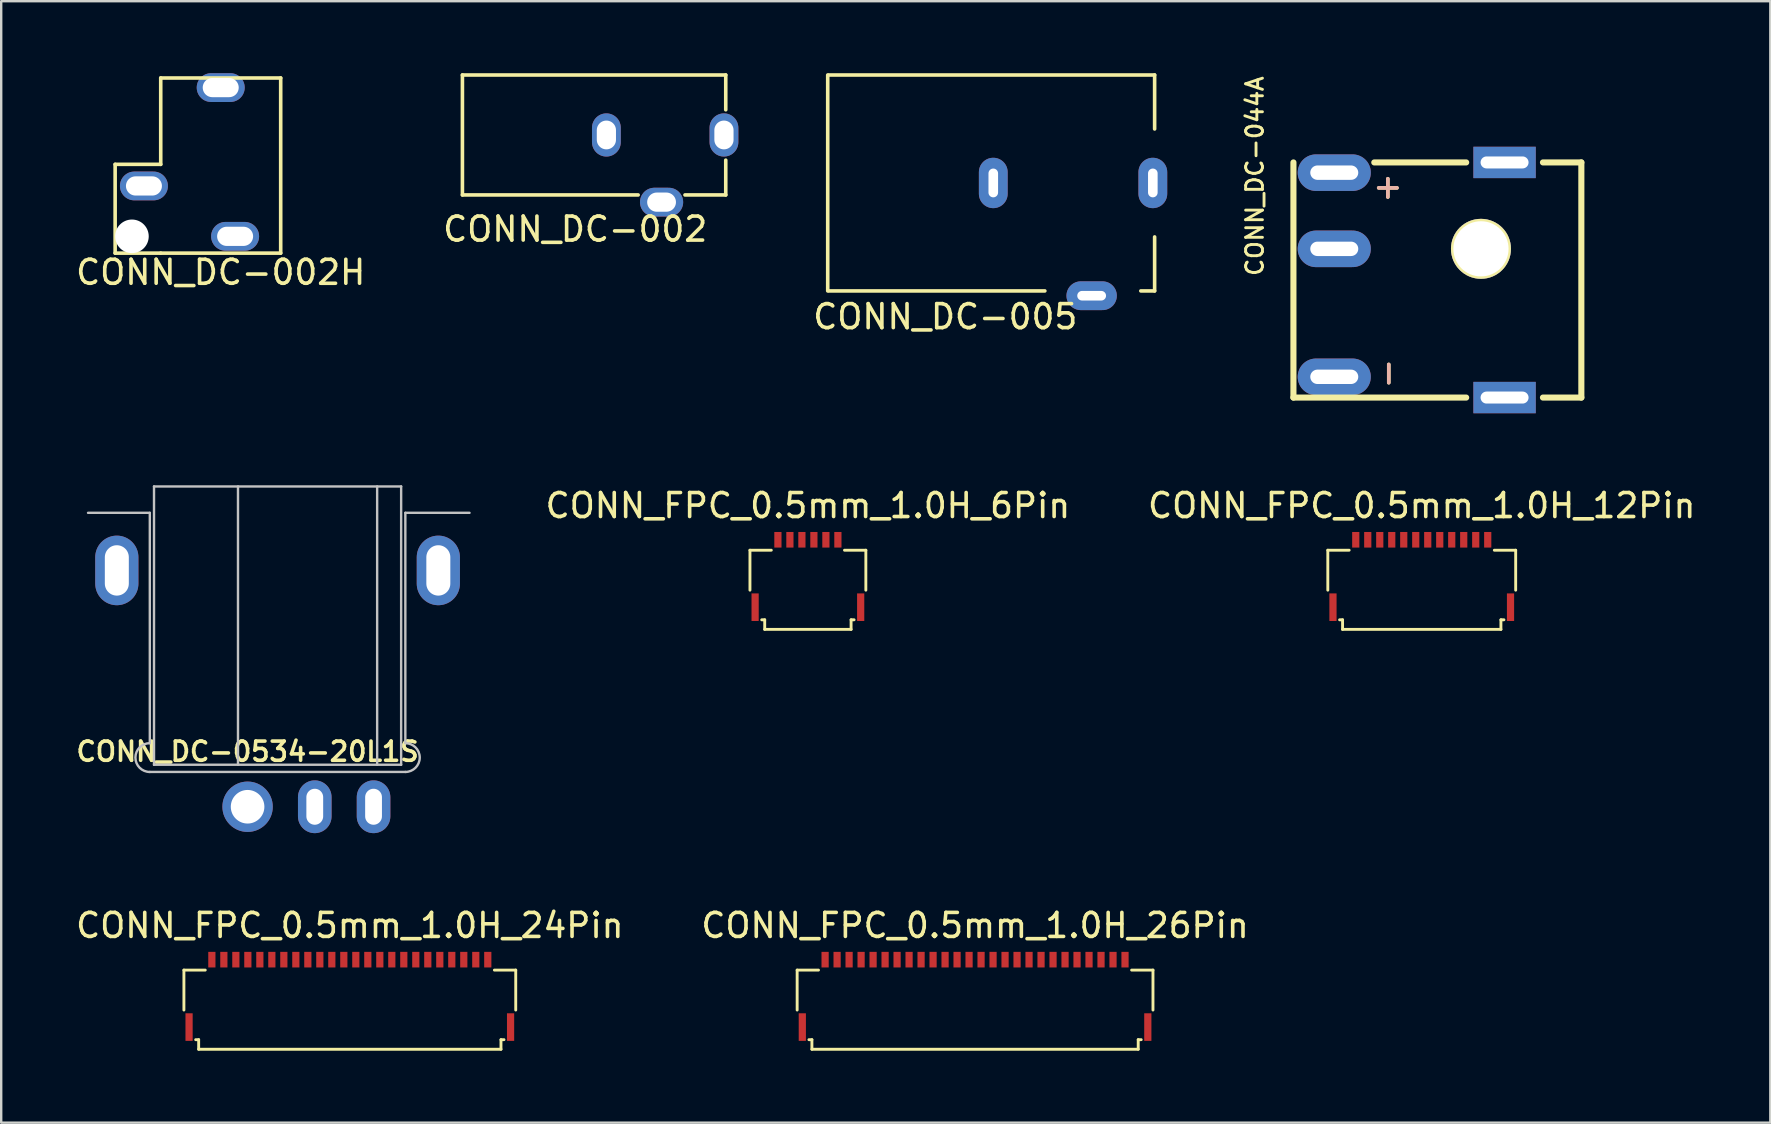
<source format=kicad_pcb>
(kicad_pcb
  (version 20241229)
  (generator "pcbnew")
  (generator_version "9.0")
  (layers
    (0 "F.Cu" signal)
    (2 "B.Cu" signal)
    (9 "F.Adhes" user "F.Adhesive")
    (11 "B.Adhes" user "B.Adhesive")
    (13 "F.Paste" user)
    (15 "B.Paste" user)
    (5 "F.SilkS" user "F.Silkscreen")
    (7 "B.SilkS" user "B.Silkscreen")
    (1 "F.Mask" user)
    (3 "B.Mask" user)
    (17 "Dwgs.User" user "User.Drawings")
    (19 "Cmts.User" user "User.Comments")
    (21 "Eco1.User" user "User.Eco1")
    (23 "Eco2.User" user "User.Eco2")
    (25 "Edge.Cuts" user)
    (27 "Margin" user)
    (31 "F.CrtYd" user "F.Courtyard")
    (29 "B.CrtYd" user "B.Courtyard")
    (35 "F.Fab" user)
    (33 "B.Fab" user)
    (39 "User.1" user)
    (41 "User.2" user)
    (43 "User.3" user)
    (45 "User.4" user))
  (footprint "CONN_FPC_0.5mm_1.0H_24Pin"
    (layer "F.Cu")
    (at 11.53 36.947)
    (property "Reference" "CONN_FPC_0.5mm_1.0H_24Pin" (at 0 -1.425 0) (layer "F.SilkS") (effects (font (size 1 1) (thickness 0.15))))
    (attr smd)
    (fp_line (start -6.915 0.435) (end -6.915 2.1) (stroke (width 0.12) (type solid)) (layer "F.SilkS"))
    (fp_line (start -6.915 0.435) (end -6.025 0.435) (stroke (width 0.12) (type solid)) (layer "F.SilkS"))
    (fp_line (start -6.425 3.335) (end -6.3 3.335) (stroke (width 0.12) (type solid)) (layer "F.SilkS"))
    (fp_line (start -6.3 3.735) (end -6.3 3.335) (stroke (width 0.12) (type solid)) (layer "F.SilkS"))
    (fp_line (start -6.3 3.735) (end 6.3 3.735) (stroke (width 0.12) (type solid)) (layer "F.SilkS"))
    (fp_line (start 6.025 0.435) (end 6.915 0.435) (stroke (width 0.12) (type solid)) (layer "F.SilkS"))
    (fp_line (start 6.3 3.335) (end 6.425 3.335) (stroke (width 0.12) (type solid)) (layer "F.SilkS"))
    (fp_line (start 6.3 3.735) (end 6.3 3.335) (stroke (width 0.12) (type solid)) (layer "F.SilkS"))
    (fp_line (start 6.915 0.435) (end 6.915 2.1) (stroke (width 0.12) (type solid)) (layer "F.SilkS"))
    (pad "1" smd rect (at -5.75 0) (size 0.3 0.65) (layers "F.Cu" "F.Mask" "F.Paste"))
    (pad "2" smd rect (at -5.25 0) (size 0.3 0.65) (layers "F.Cu" "F.Mask" "F.Paste"))
    (pad "3" smd rect (at -4.75 0) (size 0.3 0.65) (layers "F.Cu" "F.Mask" "F.Paste"))
    (pad "4" smd rect (at -4.25 0) (size 0.3 0.65) (layers "F.Cu" "F.Mask" "F.Paste"))
    (pad "5" smd rect (at -3.75 0) (size 0.3 0.65) (layers "F.Cu" "F.Mask" "F.Paste"))
    (pad "6" smd rect (at -3.25 0) (size 0.3 0.65) (layers "F.Cu" "F.Mask" "F.Paste"))
    (pad "7" smd rect (at -2.75 0) (size 0.3 0.65) (layers "F.Cu" "F.Mask" "F.Paste"))
    (pad "8" smd rect (at -2.25 0) (size 0.3 0.65) (layers "F.Cu" "F.Mask" "F.Paste"))
    (pad "9" smd rect (at -1.75 0) (size 0.3 0.65) (layers "F.Cu" "F.Mask" "F.Paste"))
    (pad "10" smd rect (at -1.25 0) (size 0.3 0.65) (layers "F.Cu" "F.Mask" "F.Paste"))
    (pad "11" smd rect (at -0.75 0) (size 0.3 0.65) (layers "F.Cu" "F.Mask" "F.Paste"))
    (pad "12" smd rect (at -0.25 0) (size 0.3 0.65) (layers "F.Cu" "F.Mask" "F.Paste"))
    (pad "13" smd rect (at 0.25 0) (size 0.3 0.65) (layers "F.Cu" "F.Mask" "F.Paste"))
    (pad "14" smd rect (at 0.75 0) (size 0.3 0.65) (layers "F.Cu" "F.Mask" "F.Paste"))
    (pad "15" smd rect (at 1.25 0) (size 0.3 0.65) (layers "F.Cu" "F.Mask" "F.Paste"))
    (pad "16" smd rect (at 1.75 0) (size 0.3 0.65) (layers "F.Cu" "F.Mask" "F.Paste"))
    (pad "17" smd rect (at 2.25 0) (size 0.3 0.65) (layers "F.Cu" "F.Mask" "F.Paste"))
    (pad "18" smd rect (at 2.75 0) (size 0.3 0.65) (layers "F.Cu" "F.Mask" "F.Paste"))
    (pad "19" smd rect (at 3.25 0) (size 0.3 0.65) (layers "F.Cu" "F.Mask" "F.Paste"))
    (pad "20" smd rect (at 3.75 0) (size 0.3 0.65) (layers "F.Cu" "F.Mask" "F.Paste"))
    (pad "21" smd rect (at 4.25 0) (size 0.3 0.65) (layers "F.Cu" "F.Mask" "F.Paste"))
    (pad "22" smd rect (at 4.75 0) (size 0.3 0.65) (layers "F.Cu" "F.Mask" "F.Paste"))
    (pad "23" smd rect (at 5.25 0) (size 0.3 0.65) (layers "F.Cu" "F.Mask" "F.Paste"))
    (pad "24" smd rect (at 5.75 0) (size 0.3 0.65) (layers "F.Cu" "F.Mask" "F.Paste"))
    (pad "MP" smd rect (at -6.7 2.81) (size 0.3 1.15) (layers "F.Cu" "F.Mask" "F.Paste"))
    (pad "MP" smd rect (at 6.7 2.81) (size 0.3 1.15) (layers "F.Cu" "F.Mask" "F.Paste")))
  (footprint "CONN_FPC_0.5mm_1.0H_26Pin"
    (layer "F.Cu")
    (at 37.589 36.947)
    (property "Reference" "CONN_FPC_0.5mm_1.0H_26Pin" (at 0 -1.425 0) (layer "F.SilkS") (effects (font (size 1 1) (thickness 0.15))))
    (attr smd)
    (fp_line (start -7.415 0.435) (end -7.415 2.1) (stroke (width 0.12) (type solid)) (layer "F.SilkS"))
    (fp_line (start -7.415 0.435) (end -6.525 0.435) (stroke (width 0.12) (type solid)) (layer "F.SilkS"))
    (fp_line (start -6.925 3.335) (end -6.8 3.335) (stroke (width 0.12) (type solid)) (layer "F.SilkS"))
    (fp_line (start -6.8 3.735) (end -6.8 3.335) (stroke (width 0.12) (type solid)) (layer "F.SilkS"))
    (fp_line (start -6.8 3.735) (end 6.8 3.735) (stroke (width 0.12) (type solid)) (layer "F.SilkS"))
    (fp_line (start 6.525 0.435) (end 7.415 0.435) (stroke (width 0.12) (type solid)) (layer "F.SilkS"))
    (fp_line (start 6.8 3.335) (end 6.925 3.335) (stroke (width 0.12) (type solid)) (layer "F.SilkS"))
    (fp_line (start 6.8 3.735) (end 6.8 3.335) (stroke (width 0.12) (type solid)) (layer "F.SilkS"))
    (fp_line (start 7.415 0.435) (end 7.415 2.1) (stroke (width 0.12) (type solid)) (layer "F.SilkS"))
    (pad "1" smd rect (at -6.25 0) (size 0.3 0.65) (layers "F.Cu" "F.Mask" "F.Paste"))
    (pad "2" smd rect (at -5.75 0) (size 0.3 0.65) (layers "F.Cu" "F.Mask" "F.Paste"))
    (pad "3" smd rect (at -5.25 0) (size 0.3 0.65) (layers "F.Cu" "F.Mask" "F.Paste"))
    (pad "4" smd rect (at -4.75 0) (size 0.3 0.65) (layers "F.Cu" "F.Mask" "F.Paste"))
    (pad "5" smd rect (at -4.25 0) (size 0.3 0.65) (layers "F.Cu" "F.Mask" "F.Paste"))
    (pad "6" smd rect (at -3.75 0) (size 0.3 0.65) (layers "F.Cu" "F.Mask" "F.Paste"))
    (pad "7" smd rect (at -3.25 0) (size 0.3 0.65) (layers "F.Cu" "F.Mask" "F.Paste"))
    (pad "8" smd rect (at -2.75 0) (size 0.3 0.65) (layers "F.Cu" "F.Mask" "F.Paste"))
    (pad "9" smd rect (at -2.25 0) (size 0.3 0.65) (layers "F.Cu" "F.Mask" "F.Paste"))
    (pad "10" smd rect (at -1.75 0) (size 0.3 0.65) (layers "F.Cu" "F.Mask" "F.Paste"))
    (pad "11" smd rect (at -1.25 0) (size 0.3 0.65) (layers "F.Cu" "F.Mask" "F.Paste"))
    (pad "12" smd rect (at -0.75 0) (size 0.3 0.65) (layers "F.Cu" "F.Mask" "F.Paste"))
    (pad "13" smd rect (at -0.25 0) (size 0.3 0.65) (layers "F.Cu" "F.Mask" "F.Paste"))
    (pad "14" smd rect (at 0.25 0) (size 0.3 0.65) (layers "F.Cu" "F.Mask" "F.Paste"))
    (pad "15" smd rect (at 0.75 0) (size 0.3 0.65) (layers "F.Cu" "F.Mask" "F.Paste"))
    (pad "16" smd rect (at 1.25 0) (size 0.3 0.65) (layers "F.Cu" "F.Mask" "F.Paste"))
    (pad "17" smd rect (at 1.75 0) (size 0.3 0.65) (layers "F.Cu" "F.Mask" "F.Paste"))
    (pad "18" smd rect (at 2.25 0) (size 0.3 0.65) (layers "F.Cu" "F.Mask" "F.Paste"))
    (pad "19" smd rect (at 2.75 0) (size 0.3 0.65) (layers "F.Cu" "F.Mask" "F.Paste"))
    (pad "20" smd rect (at 3.25 0) (size 0.3 0.65) (layers "F.Cu" "F.Mask" "F.Paste"))
    (pad "21" smd rect (at 3.75 0) (size 0.3 0.65) (layers "F.Cu" "F.Mask" "F.Paste"))
    (pad "22" smd rect (at 4.25 0) (size 0.3 0.65) (layers "F.Cu" "F.Mask" "F.Paste"))
    (pad "23" smd rect (at 4.75 0) (size 0.3 0.65) (layers "F.Cu" "F.Mask" "F.Paste"))
    (pad "24" smd rect (at 5.25 0) (size 0.3 0.65) (layers "F.Cu" "F.Mask" "F.Paste"))
    (pad "25" smd rect (at 5.75 0) (size 0.3 0.65) (layers "F.Cu" "F.Mask" "F.Paste"))
    (pad "26" smd rect (at 6.25 0) (size 0.3 0.65) (layers "F.Cu" "F.Mask" "F.Paste"))
    (pad "MP" smd rect (at -7.2 2.81) (size 0.3 1.15) (layers "F.Cu" "F.Mask" "F.Paste"))
    (pad "MP" smd rect (at 7.2 2.81) (size 0.3 1.15) (layers "F.Cu" "F.Mask" "F.Paste")))
  (footprint "CONN_DC-044A"
    (layer "F.Cu")
    (at 56.658 8.52)
    (property "Reference" "CONN_DC-044A" (at -7 0 270) (layer "F.SilkS") (effects (font (size 0.7 0.7) (thickness 0.12)) (justify left bottom)))
    (attr through_hole)
    (fp_line (start -5.8 5) (end -5.8 -4.8) (stroke (width 0.254) (type solid)) (layer "F.SilkS"))
    (fp_line (start -2.43 -4.8) (end 1.4 -4.8) (stroke (width 0.254) (type solid)) (layer "F.SilkS"))
    (fp_line (start 1.4 5) (end -5.8 5) (stroke (width 0.254) (type solid)) (layer "F.SilkS"))
    (fp_line (start 4.6 -4.8) (end 6.2 -4.8) (stroke (width 0.254) (type solid)) (layer "F.SilkS"))
    (fp_line (start 4.6 5) (end 6.2 5) (stroke (width 0.254) (type solid)) (layer "F.SilkS"))
    (fp_line (start 6.2 -4.8) (end 6.2 5) (stroke (width 0.254) (type solid)) (layer "F.SilkS"))
    (fp_text user "-" (at -1.9 4 90) (layer "F.SilkS") (effects (font (size 1 1) (thickness 0.15))))
    (fp_text user "+" (at -1.939 -3.739 90) (layer "F.SilkS") (effects (font (size 1 1) (thickness 0.15))))
    (fp_text user "+" (at -1.939 -3.739 90) (layer "B.SilkS") (effects (font (size 1 1) (thickness 0.15)) (justify mirror)))
    (fp_text user "-" (at -1.9 4 90) (layer "B.SilkS") (effects (font (size 1 1) (thickness 0.15)) (justify mirror)))
    (pad "" np_thru_hole circle (at 2.016 -1.199 90) (size 2.5 2.5) (drill 2.3) (layers "*.Cu" "*.Mask" "F.SilkS"))
    (pad "1" thru_hole oval (at -4.098 -4.374 180) (size 3.048 1.524) (drill oval 2 0.6) (layers "*.Cu" "*.Mask"))
    (pad "2" thru_hole oval (at -4.098 4.135 180) (size 3.048 1.524) (drill oval 2 0.6) (layers "*.Cu" "*.Mask"))
    (pad "3" thru_hole oval (at -4.098 -1.199 180) (size 3.048 1.524) (drill oval 2 0.6) (layers "*.Cu" "*.Mask"))
    (pad "4" thru_hole rect (at 3 -4.8 90) (size 1.308 2.6) (drill oval 0.5 2) (layers "*.Cu" "*.Mask"))
    (pad "4" thru_hole rect (at 3 5 90) (size 1.308 2.6) (drill oval 0.5 2) (layers "*.Cu" "*.Mask")))
  (footprint "CONN_DC-005"
    (layer "F.Cu")
    (at 44.998 4.575)
    (property "Reference" "CONN_DC-005" (at -8.65 5.575 0) (layer "F.SilkS") (effects (font (size 1 1) (thickness 0.15))))
    (attr through_hole)
    (fp_line (start -13.55 -4.5) (end -13.55 4.5) (stroke (width 0.15) (type solid)) (layer "F.SilkS"))
    (fp_line (start -13.5 -4.5) (end 0.075 -4.5) (stroke (width 0.15) (type solid)) (layer "F.SilkS"))
    (fp_line (start -13.5 4.5) (end -4.5 4.5) (stroke (width 0.15) (type solid)) (layer "F.SilkS"))
    (fp_line (start 0.075 -4.5) (end 0.075 -2.25) (stroke (width 0.15) (type solid)) (layer "F.SilkS"))
    (fp_line (start 0.075 4.5) (end -0.501 4.5) (stroke (width 0.15) (type solid)) (layer "F.SilkS"))
    (fp_line (start 0.075 4.5) (end 0.075 2.25) (stroke (width 0.15) (type solid)) (layer "F.SilkS"))
    (pad "1" thru_hole oval (at 0 0) (size 1.2 2.1) (drill oval 0.4 1.2) (layers "*.Cu" "*.Mask"))
    (pad "2" thru_hole oval (at -6.65 0) (size 1.2 2.1) (drill oval 0.4 1.2) (layers "*.Cu" "*.Mask"))
    (pad "3" thru_hole oval (at -2.55 4.7 90) (size 1.2 2.1) (drill oval 0.4 1.2) (layers "*.Cu" "*.Mask")))
  (footprint "CONN_DC-0534-20L1S"
    (layer "F.Cu")
    (at 7.269 30.574)
    (property "Reference" "CONN_DC-0534-20L1S" (at 0 -2.3 0) (layer "F.SilkS") (effects (font (size 0.8 0.8) (thickness 0.15))))
    (attr through_hole)
    (fp_line (start -6.65 -12.25) (end -4.075 -12.25) (stroke (width 0.1) (type solid)) (layer "Dwgs.User"))
    (fp_line (start -4.075 -12.25) (end -4.075 -2.65) (stroke (width 0.1) (type solid)) (layer "Dwgs.User"))
    (fp_line (start -4.075 -1.45) (end 6.575 -1.45) (stroke (width 0.1) (type solid)) (layer "Dwgs.User"))
    (fp_line (start -3.9 -13.35) (end 6.4 -13.35) (stroke (width 0.1) (type solid)) (layer "Dwgs.User"))
    (fp_line (start -3.9 -1.75) (end -3.9 -13.35) (stroke (width 0.1) (type solid)) (layer "Dwgs.User"))
    (fp_line (start -3.9 -1.75) (end 6.4 -1.75) (stroke (width 0.1) (type solid)) (layer "Dwgs.User"))
    (fp_line (start -0.4 -13.35) (end -0.4 -1.75) (stroke (width 0.1) (type solid)) (layer "Dwgs.User"))
    (fp_line (start 5.4 -1.75) (end 5.4 -13.35) (stroke (width 0.1) (type solid)) (layer "Dwgs.User"))
    (fp_line (start 6.4 -1.75) (end 6.4 -13.35) (stroke (width 0.1) (type solid)) (layer "Dwgs.User"))
    (fp_line (start 6.575 -12.25) (end 9.25 -12.25) (stroke (width 0.1) (type solid)) (layer "Dwgs.User"))
    (fp_line (start 6.575 -2.65) (end 6.575 -12.25) (stroke (width 0.1) (type solid)) (layer "Dwgs.User"))
    (fp_arc (start -4.075 -1.45) (mid -4.675 -2.05) (end -4.075 -2.65) (stroke (width 0.1) (type solid)) (layer "Dwgs.User"))
    (fp_arc (start 6.575 -2.65) (mid 7.175 -2.05) (end 6.575 -1.45) (stroke (width 0.1) (type solid)) (layer "Dwgs.User"))
    (pad "1" thru_hole circle (at 0 0) (size 2.1 2.1) (drill 1.4) (layers "*.Cu" "*.Mask"))
    (pad "2" thru_hole oval (at 5.25 0) (size 1.4 2.2) (drill oval 0.7 1.5) (layers "*.Cu" "*.Mask"))
    (pad "3" thru_hole oval (at -5.45 -9.85) (size 1.8 2.9) (drill oval 1 2.1) (layers "*.Cu" "*.Mask"))
    (pad "3" thru_hole oval (at 2.8 0) (size 1.4 2.2) (drill oval 0.7 1.5) (layers "*.Cu" "*.Mask"))
    (pad "3" thru_hole oval (at 7.95 -9.85) (size 1.8 2.9) (drill oval 1 2.1) (layers "*.Cu" "*.Mask")))
  (footprint "CONN_DC-002"
    (layer "F.Cu")
    (at 27.123 2.575)
    (property "Reference" "CONN_DC-002" (at -6.2 3.925 0) (layer "F.SilkS") (effects (font (size 1 1) (thickness 0.15))))
    (attr through_hole)
    (fp_line (start -10.9 -2.5) (end -10.9 2.5) (stroke (width 0.15) (type solid)) (layer "F.SilkS"))
    (fp_line (start -10.9 -2.5) (end 0.075 -2.5) (stroke (width 0.15) (type solid)) (layer "F.SilkS"))
    (fp_line (start -10.9 2.5) (end -3.575 2.5) (stroke (width 0.15) (type solid)) (layer "F.SilkS"))
    (fp_line (start 0.075 -2.5) (end 0.075 -1.05) (stroke (width 0.15) (type solid)) (layer "F.SilkS"))
    (fp_line (start 0.075 2.5) (end -1.625 2.5) (stroke (width 0.15) (type solid)) (layer "F.SilkS"))
    (fp_line (start 0.075 2.5) (end 0.075 1.05) (stroke (width 0.15) (type solid)) (layer "F.SilkS"))
    (pad "1" thru_hole oval (at 0 0) (size 1.2 1.8) (drill oval 0.8 1.2) (layers "*.Cu" "*.Mask"))
    (pad "2" thru_hole oval (at -4.9 0) (size 1.2 1.8) (drill oval 0.8 1.2) (layers "*.Cu" "*.Mask"))
    (pad "3" thru_hole oval (at -2.6 2.8 90) (size 1.2 1.8) (drill oval 0.8 1.2) (layers "*.Cu" "*.Mask")))
  (footprint "CONN_FPC_0.5mm_1.0H_6Pin"
    (layer "F.Cu")
    (at 30.622 19.447)
    (property "Reference" "CONN_FPC_0.5mm_1.0H_6Pin" (at 0 -1.425 0) (layer "F.SilkS") (effects (font (size 1 1) (thickness 0.15))))
    (attr smd)
    (fp_line (start -2.415 0.435) (end -2.415 2.1) (stroke (width 0.12) (type solid)) (layer "F.SilkS"))
    (fp_line (start -2.415 0.435) (end -1.525 0.435) (stroke (width 0.12) (type solid)) (layer "F.SilkS"))
    (fp_line (start -1.925 3.335) (end -1.8 3.335) (stroke (width 0.12) (type solid)) (layer "F.SilkS"))
    (fp_line (start -1.8 3.735) (end -1.8 3.335) (stroke (width 0.12) (type solid)) (layer "F.SilkS"))
    (fp_line (start -1.8 3.735) (end 1.8 3.735) (stroke (width 0.12) (type solid)) (layer "F.SilkS"))
    (fp_line (start 1.525 0.435) (end 2.415 0.435) (stroke (width 0.12) (type solid)) (layer "F.SilkS"))
    (fp_line (start 1.8 3.335) (end 1.925 3.335) (stroke (width 0.12) (type solid)) (layer "F.SilkS"))
    (fp_line (start 1.8 3.735) (end 1.8 3.335) (stroke (width 0.12) (type solid)) (layer "F.SilkS"))
    (fp_line (start 2.415 0.435) (end 2.415 2.1) (stroke (width 0.12) (type solid)) (layer "F.SilkS"))
    (pad "1" smd rect (at -1.25 0) (size 0.3 0.65) (layers "F.Cu" "F.Mask" "F.Paste"))
    (pad "2" smd rect (at -0.75 0) (size 0.3 0.65) (layers "F.Cu" "F.Mask" "F.Paste"))
    (pad "3" smd rect (at -0.25 0) (size 0.3 0.65) (layers "F.Cu" "F.Mask" "F.Paste"))
    (pad "4" smd rect (at 0.25 0) (size 0.3 0.65) (layers "F.Cu" "F.Mask" "F.Paste"))
    (pad "5" smd rect (at 0.75 0) (size 0.3 0.65) (layers "F.Cu" "F.Mask" "F.Paste"))
    (pad "6" smd rect (at 1.25 0) (size 0.3 0.65) (layers "F.Cu" "F.Mask" "F.Paste"))
    (pad "MP" smd rect (at -2.2 2.81) (size 0.3 1.15) (layers "F.Cu" "F.Mask" "F.Paste"))
    (pad "MP" smd rect (at 2.2 2.81) (size 0.3 1.15) (layers "F.Cu" "F.Mask" "F.Paste")))
  (footprint "CONN_FPC_0.5mm_1.0H_12Pin"
    (layer "F.Cu")
    (at 56.206 19.447)
    (property "Reference" "CONN_FPC_0.5mm_1.0H_12Pin" (at 0 -1.425 0) (layer "F.SilkS") (effects (font (size 1 1) (thickness 0.15))))
    (attr smd)
    (fp_line (start -3.915 0.435) (end -3.915 2.1) (stroke (width 0.12) (type solid)) (layer "F.SilkS"))
    (fp_line (start -3.915 0.435) (end -3.025 0.435) (stroke (width 0.12) (type solid)) (layer "F.SilkS"))
    (fp_line (start -3.425 3.335) (end -3.3 3.335) (stroke (width 0.12) (type solid)) (layer "F.SilkS"))
    (fp_line (start -3.3 3.735) (end -3.3 3.335) (stroke (width 0.12) (type solid)) (layer "F.SilkS"))
    (fp_line (start -3.3 3.735) (end 3.3 3.735) (stroke (width 0.12) (type solid)) (layer "F.SilkS"))
    (fp_line (start 3.025 0.435) (end 3.915 0.435) (stroke (width 0.12) (type solid)) (layer "F.SilkS"))
    (fp_line (start 3.3 3.335) (end 3.425 3.335) (stroke (width 0.12) (type solid)) (layer "F.SilkS"))
    (fp_line (start 3.3 3.735) (end 3.3 3.335) (stroke (width 0.12) (type solid)) (layer "F.SilkS"))
    (fp_line (start 3.915 0.435) (end 3.915 2.1) (stroke (width 0.12) (type solid)) (layer "F.SilkS"))
    (pad "1" smd rect (at -2.75 0) (size 0.3 0.65) (layers "F.Cu" "F.Mask" "F.Paste"))
    (pad "2" smd rect (at -2.25 0) (size 0.3 0.65) (layers "F.Cu" "F.Mask" "F.Paste"))
    (pad "3" smd rect (at -1.75 0) (size 0.3 0.65) (layers "F.Cu" "F.Mask" "F.Paste"))
    (pad "4" smd rect (at -1.25 0) (size 0.3 0.65) (layers "F.Cu" "F.Mask" "F.Paste"))
    (pad "5" smd rect (at -0.75 0) (size 0.3 0.65) (layers "F.Cu" "F.Mask" "F.Paste"))
    (pad "6" smd rect (at -0.25 0) (size 0.3 0.65) (layers "F.Cu" "F.Mask" "F.Paste"))
    (pad "7" smd rect (at 0.25 0) (size 0.3 0.65) (layers "F.Cu" "F.Mask" "F.Paste"))
    (pad "8" smd rect (at 0.75 0) (size 0.3 0.65) (layers "F.Cu" "F.Mask" "F.Paste"))
    (pad "9" smd rect (at 1.25 0) (size 0.3 0.65) (layers "F.Cu" "F.Mask" "F.Paste"))
    (pad "10" smd rect (at 1.75 0) (size 0.3 0.65) (layers "F.Cu" "F.Mask" "F.Paste"))
    (pad "11" smd rect (at 2.25 0) (size 0.3 0.65) (layers "F.Cu" "F.Mask" "F.Paste"))
    (pad "12" smd rect (at 2.75 0) (size 0.3 0.65) (layers "F.Cu" "F.Mask" "F.Paste"))
    (pad "MP" smd rect (at -3.7 2.81) (size 0.3 1.15) (layers "F.Cu" "F.Mask" "F.Paste"))
    (pad "MP" smd rect (at 3.7 2.81) (size 0.3 1.15) (layers "F.Cu" "F.Mask" "F.Paste")))
  (footprint "CONN_DC-002H"
    (layer "F.Cu")
    (at 6.149 2.8)
    (property "Reference" "CONN_DC-002H" (at 0 5.5 0) (layer "F.SilkS") (effects (font (size 1 1) (thickness 0.15))))
    (attr through_hole)
    (fp_line (start -4.4 1) (end -2.5 1) (stroke (width 0.15) (type solid)) (layer "F.SilkS"))
    (fp_line (start -4.4 4.7) (end -4.4 1) (stroke (width 0.15) (type solid)) (layer "F.SilkS"))
    (fp_line (start -2.5 -2.6) (end -2.5 1) (stroke (width 0.15) (type solid)) (layer "F.SilkS"))
    (fp_line (start -2.5 -2.6) (end 2.5 -2.6) (stroke (width 0.15) (type solid)) (layer "F.SilkS"))
    (fp_line (start -2.5 4.7) (end -4.4 4.7) (stroke (width 0.15) (type solid)) (layer "F.SilkS"))
    (fp_line (start -2.5 4.7) (end 2.5 4.7) (stroke (width 0.15) (type solid)) (layer "F.SilkS"))
    (fp_line (start 2.5 -2.6) (end 2.5 4.7) (stroke (width 0.15) (type solid)) (layer "F.SilkS"))
    (pad "" np_thru_hole circle (at -3.7 4 90) (size 1.4 1.4) (drill 1.4) (layers "*.Cu" "*.Mask"))
    (pad "1" thru_hole oval (at 0 -2.2 90) (size 1.2 2) (drill oval 0.8 1.5) (layers "*.Cu" "*.Mask"))
    (pad "2" thru_hole oval (at -3.2 1.9 90) (size 1.2 2) (drill oval 0.8 1.5) (layers "*.Cu" "*.Mask"))
    (pad "3" thru_hole oval (at 0.6 4 90) (size 1.2 2) (drill oval 0.8 1.5) (layers "*.Cu" "*.Mask")))
  (gr_rect
    (start -3 -3)
    (end 70.735 43.742)
    (stroke (width 0.1) (type default))
    (fill no)
    (layer "Edge.Cuts")))
</source>
